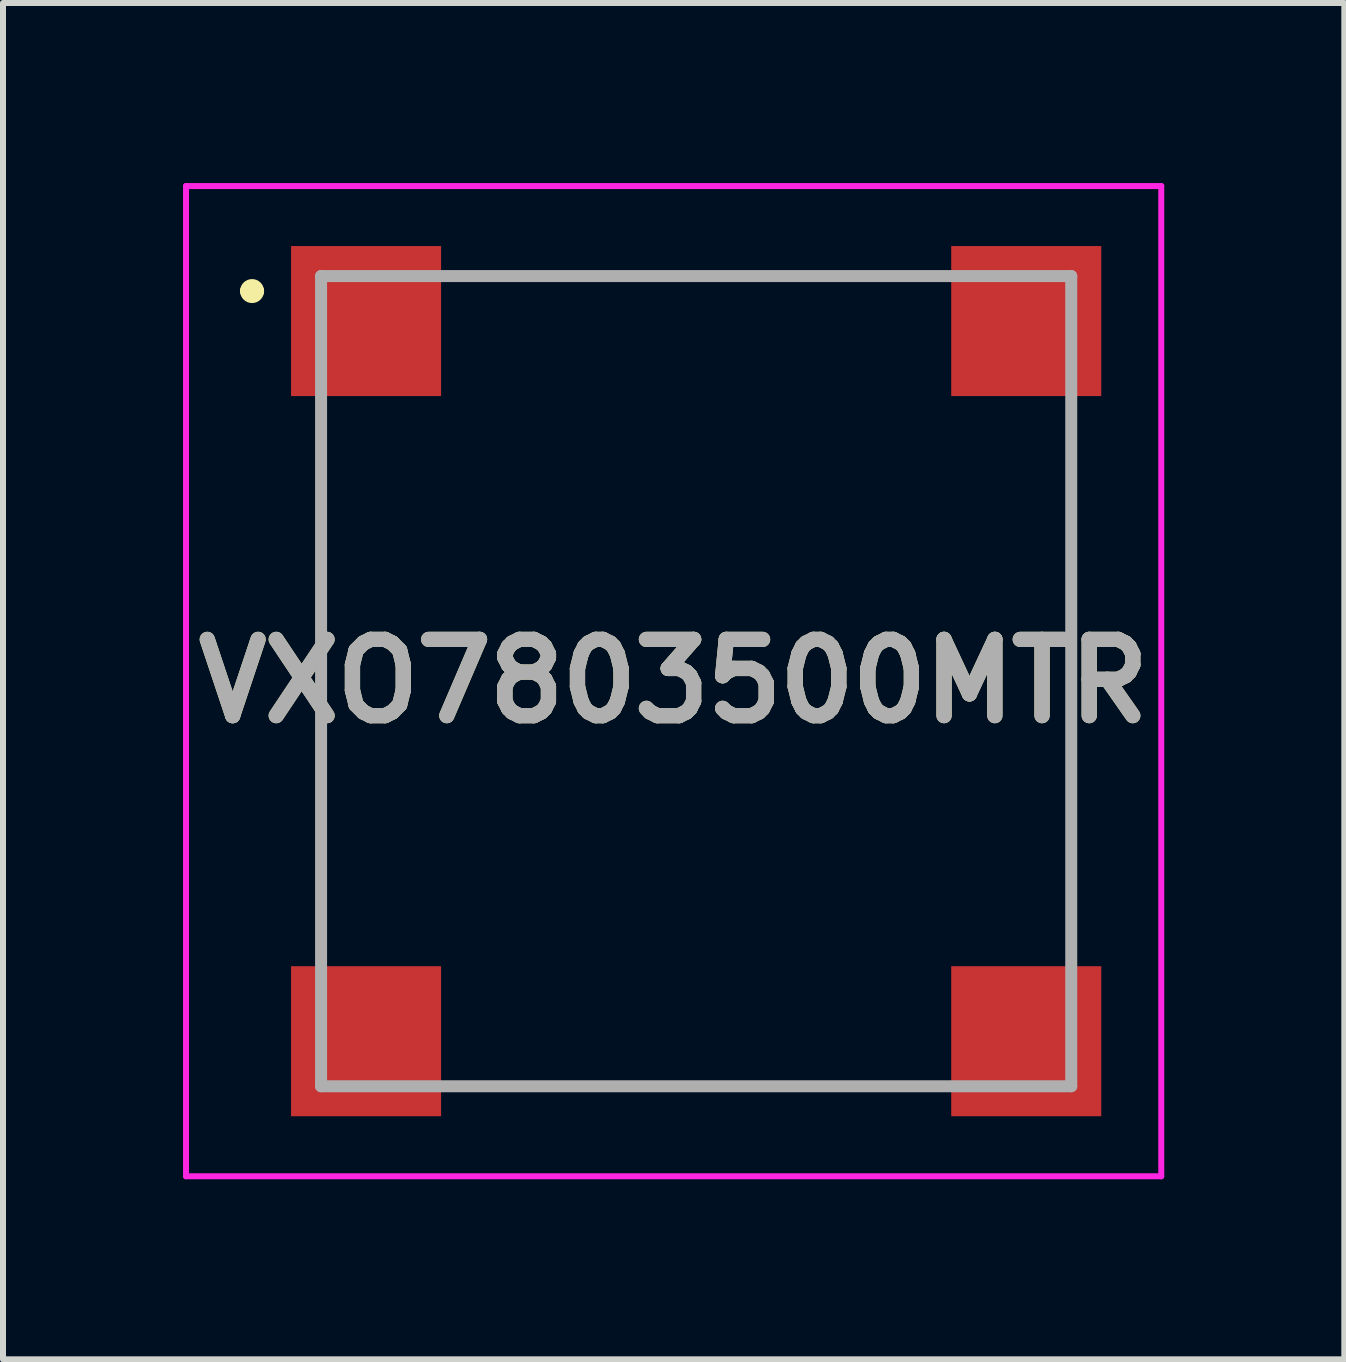
<source format=kicad_pcb>
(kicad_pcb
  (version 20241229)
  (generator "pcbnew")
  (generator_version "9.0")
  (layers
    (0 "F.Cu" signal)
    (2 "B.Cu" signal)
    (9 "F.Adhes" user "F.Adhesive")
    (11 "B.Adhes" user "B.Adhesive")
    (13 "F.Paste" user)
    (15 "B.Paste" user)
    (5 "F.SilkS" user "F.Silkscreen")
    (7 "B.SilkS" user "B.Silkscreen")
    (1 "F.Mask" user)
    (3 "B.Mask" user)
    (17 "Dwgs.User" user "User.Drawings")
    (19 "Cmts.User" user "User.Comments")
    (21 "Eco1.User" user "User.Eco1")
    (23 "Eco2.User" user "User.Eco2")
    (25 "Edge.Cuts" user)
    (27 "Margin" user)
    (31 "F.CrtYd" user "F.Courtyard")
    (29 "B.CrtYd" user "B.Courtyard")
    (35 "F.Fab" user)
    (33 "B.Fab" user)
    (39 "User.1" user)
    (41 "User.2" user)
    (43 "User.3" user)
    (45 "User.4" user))
  (footprint "VXO7803500MTR"
    (layer "F.Cu")
    (at 8.55 8.3)
    (property "Reference" "VXO7803500MTR" (at -0.375 0 0) (layer "F.SilkS") (effects (font (size 1.27 1.27) (thickness 0.254))))
    (attr smd)
    (fp_line (start -7.5 -6.5) (end -7.5 -6.5) (stroke (width 0.2) (type solid)) (layer "F.SilkS"))
    (fp_line (start -7.3 -6.5) (end -7.3 -6.5) (stroke (width 0.2) (type solid)) (layer "F.SilkS"))
    (fp_line (start -6.25 -4.5) (end -6.25 4.5) (stroke (width 0.1) (type solid)) (layer "F.SilkS"))
    (fp_line (start -4 -6.75) (end 4 -6.75) (stroke (width 0.1) (type solid)) (layer "F.SilkS"))
    (fp_line (start -4 6.75) (end 4 6.75) (stroke (width 0.1) (type solid)) (layer "F.SilkS"))
    (fp_line (start 6.25 -4.5) (end 6.25 4.5) (stroke (width 0.1) (type solid)) (layer "F.SilkS"))
    (fp_arc (start -7.5 -6.5) (mid -7.4 -6.6) (end -7.3 -6.5) (stroke (width 0.2) (type solid)) (layer "F.SilkS"))
    (fp_arc (start -7.3 -6.5) (mid -7.4 -6.4) (end -7.5 -6.5) (stroke (width 0.2) (type solid)) (layer "F.SilkS"))
    (fp_line (start -8.5 -8.25) (end 7.75 -8.25) (stroke (width 0.1) (type solid)) (layer "F.CrtYd"))
    (fp_line (start -8.5 8.25) (end -8.5 -8.25) (stroke (width 0.1) (type solid)) (layer "F.CrtYd"))
    (fp_line (start 7.75 -8.25) (end 7.75 8.25) (stroke (width 0.1) (type solid)) (layer "F.CrtYd"))
    (fp_line (start 7.75 8.25) (end -8.5 8.25) (stroke (width 0.1) (type solid)) (layer "F.CrtYd"))
    (fp_line (start -6.25 -6.75) (end 6.25 -6.75) (stroke (width 0.2) (type solid)) (layer "F.Fab"))
    (fp_line (start -6.25 6.75) (end -6.25 -6.75) (stroke (width 0.2) (type solid)) (layer "F.Fab"))
    (fp_line (start 6.25 -6.75) (end 6.25 6.75) (stroke (width 0.2) (type solid)) (layer "F.Fab"))
    (fp_line (start 6.25 6.75) (end -6.25 6.75) (stroke (width 0.2) (type solid)) (layer "F.Fab"))
    (fp_text user "${REFERENCE}" (at -0.375 0 0) (layer "F.Fab") (effects (font (size 1.27 1.27) (thickness 0.254))))
    (pad "1" smd rect (at -5.5 -6 90) (size 2.5 2.5) (layers "F.Cu" "F.Mask" "F.Paste"))
    (pad "2" smd rect (at 5.5 -6 90) (size 2.5 2.5) (layers "F.Cu" "F.Mask" "F.Paste"))
    (pad "3" smd rect (at 5.5 6 90) (size 2.5 2.5) (layers "F.Cu" "F.Mask" "F.Paste"))
    (pad "4" smd rect (at -5.5 6 90) (size 2.5 2.5) (layers "F.Cu" "F.Mask" "F.Paste")))
  (gr_rect
    (start -3 -3)
    (end 19.35 19.6)
    (stroke (width 0.1) (type default))
    (fill no)
    (layer "Edge.Cuts")))
</source>
